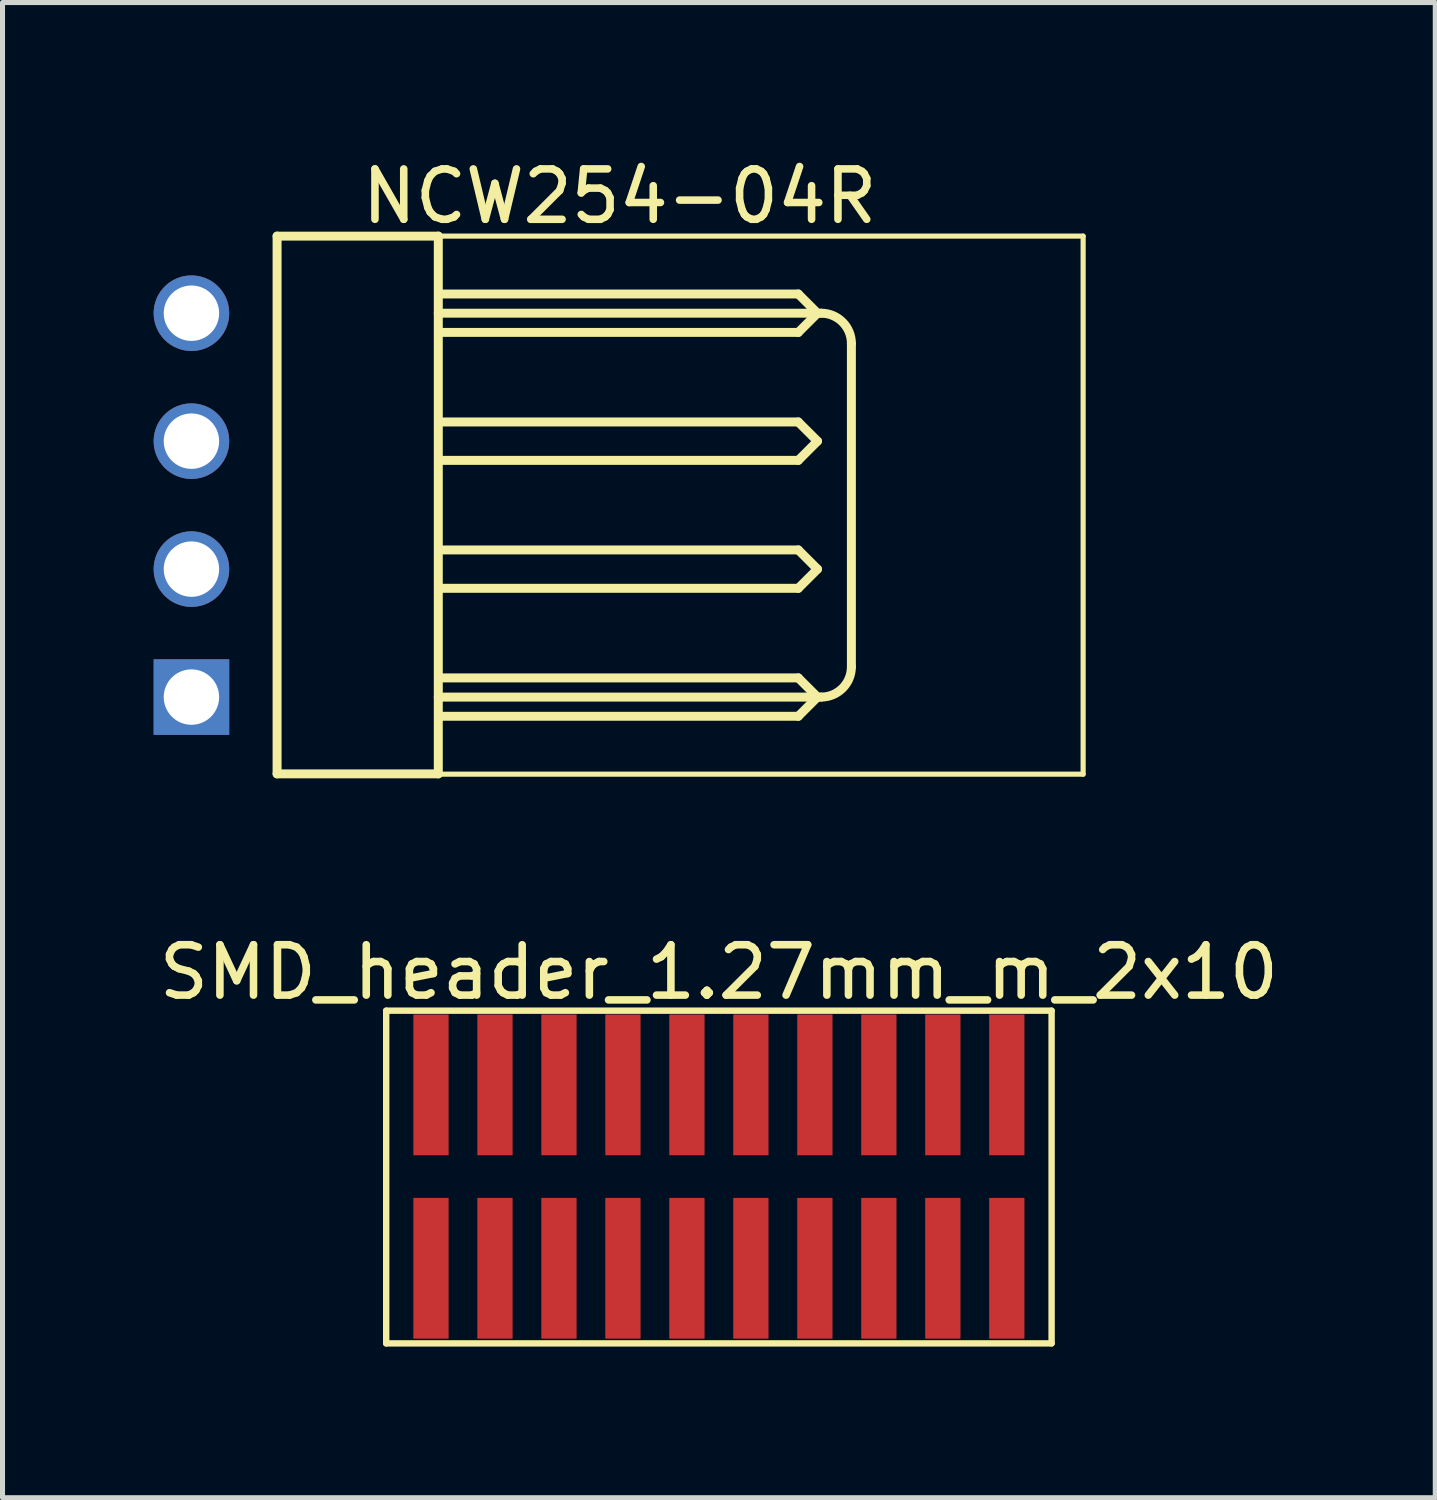
<source format=kicad_pcb>
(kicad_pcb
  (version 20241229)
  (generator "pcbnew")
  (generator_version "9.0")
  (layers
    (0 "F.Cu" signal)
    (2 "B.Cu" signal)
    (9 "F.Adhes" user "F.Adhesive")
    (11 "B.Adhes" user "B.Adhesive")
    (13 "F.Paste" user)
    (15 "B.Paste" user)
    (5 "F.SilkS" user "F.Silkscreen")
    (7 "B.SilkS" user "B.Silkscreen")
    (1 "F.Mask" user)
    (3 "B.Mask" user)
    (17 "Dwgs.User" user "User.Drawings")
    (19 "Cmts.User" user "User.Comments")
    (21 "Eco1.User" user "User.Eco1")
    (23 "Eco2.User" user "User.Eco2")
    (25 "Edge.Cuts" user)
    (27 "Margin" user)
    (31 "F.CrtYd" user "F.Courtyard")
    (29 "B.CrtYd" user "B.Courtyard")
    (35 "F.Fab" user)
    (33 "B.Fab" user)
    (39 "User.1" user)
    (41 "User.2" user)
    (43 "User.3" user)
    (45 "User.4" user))
  (footprint "NCW254-04R"
    (layer "F.Cu")
    (at 0.75 6.977)
    (property "Reference" "NCW254-04R" (at 8.5 -6.129 0) (layer "F.SilkS") (effects (font (size 1 1) (thickness 0.15))))
    (fp_line (start 1.7 -5.34) (end 4.9 -5.34) (stroke (width 0.178) (type solid)) (layer "F.SilkS"))
    (fp_line (start 1.7 5.334) (end 1.7 -5.34) (stroke (width 0.178) (type solid)) (layer "F.SilkS"))
    (fp_line (start 1.7 5.334) (end 4.9 5.334) (stroke (width 0.178) (type solid)) (layer "F.SilkS"))
    (fp_line (start 4.9 -5.34) (end 17.7 -5.34) (stroke (width 0.102) (type solid)) (layer "F.SilkS"))
    (fp_line (start 4.9 -3.81) (end 12.5 -3.81) (stroke (width 0.178) (type solid)) (layer "F.SilkS"))
    (fp_line (start 4.9 3.81) (end 12.5 3.81) (stroke (width 0.178) (type solid)) (layer "F.SilkS"))
    (fp_line (start 4.9 5.334) (end 4.9 -5.34) (stroke (width 0.178) (type solid)) (layer "F.SilkS"))
    (fp_line (start 4.9 5.34) (end 17.7 5.34) (stroke (width 0.102) (type solid)) (layer "F.SilkS"))
    (fp_line (start 4.934 -4.191) (end 12.046 -4.191) (stroke (width 0.178) (type solid)) (layer "F.SilkS"))
    (fp_line (start 4.934 -3.429) (end 12.046 -3.429) (stroke (width 0.178) (type solid)) (layer "F.SilkS"))
    (fp_line (start 4.934 -1.651) (end 12.046 -1.651) (stroke (width 0.178) (type solid)) (layer "F.SilkS"))
    (fp_line (start 4.934 -0.889) (end 12.046 -0.889) (stroke (width 0.178) (type solid)) (layer "F.SilkS"))
    (fp_line (start 4.934 0.889) (end 12.046 0.889) (stroke (width 0.178) (type solid)) (layer "F.SilkS"))
    (fp_line (start 4.934 1.651) (end 12.046 1.651) (stroke (width 0.178) (type solid)) (layer "F.SilkS"))
    (fp_line (start 4.934 3.429) (end 12.046 3.429) (stroke (width 0.178) (type solid)) (layer "F.SilkS"))
    (fp_line (start 4.934 4.191) (end 12.046 4.191) (stroke (width 0.178) (type solid)) (layer "F.SilkS"))
    (fp_line (start 12.046 -4.191) (end 12.427 -3.81) (stroke (width 0.178) (type solid)) (layer "F.SilkS"))
    (fp_line (start 12.046 -3.429) (end 12.427 -3.81) (stroke (width 0.178) (type solid)) (layer "F.SilkS"))
    (fp_line (start 12.046 -1.651) (end 12.427 -1.27) (stroke (width 0.178) (type solid)) (layer "F.SilkS"))
    (fp_line (start 12.046 -0.889) (end 12.427 -1.27) (stroke (width 0.178) (type solid)) (layer "F.SilkS"))
    (fp_line (start 12.046 0.889) (end 12.427 1.27) (stroke (width 0.178) (type solid)) (layer "F.SilkS"))
    (fp_line (start 12.046 1.651) (end 12.427 1.27) (stroke (width 0.178) (type solid)) (layer "F.SilkS"))
    (fp_line (start 12.046 3.429) (end 12.427 3.81) (stroke (width 0.178) (type solid)) (layer "F.SilkS"))
    (fp_line (start 12.046 4.191) (end 12.427 3.81) (stroke (width 0.178) (type solid)) (layer "F.SilkS"))
    (fp_line (start 13.1 3.21) (end 13.1 -3.21) (stroke (width 0.178) (type solid)) (layer "F.SilkS"))
    (fp_line (start 17.7 5.34) (end 17.7 -5.34) (stroke (width 0.102) (type solid)) (layer "F.SilkS"))
    (fp_arc (start 12.5 -3.81) (mid 12.924264 -3.634264) (end 13.1 -3.21) (stroke (width 0.178) (type solid)) (layer "F.SilkS"))
    (fp_arc (start 13.1 3.21) (mid 12.924264 3.634264) (end 12.5 3.81) (stroke (width 0.178) (type solid)) (layer "F.SilkS"))
    (pad "1" thru_hole rect (at 0 3.81 90) (size 1.5 1.5) (drill 1.1) (layers "*.Cu" "*.Mask"))
    (pad "2" thru_hole circle (at 0 1.27 90) (size 1.5 1.5) (drill 1.1) (layers "*.Cu" "*.Mask"))
    (pad "3" thru_hole circle (at 0 -1.27 90) (size 1.5 1.5) (drill 1.1) (layers "*.Cu" "*.Mask"))
    (pad "4" thru_hole circle (at 0 -3.81 90) (size 1.5 1.5) (drill 1.1) (layers "*.Cu" "*.Mask")))
  (footprint "SMD_header_1.27mm_m_2x10"
    (layer "F.Cu")
    (at 11.22 20.305)
    (property "Reference" "SMD_header_1.27mm_m_2x10" (at 0 -4.057 0) (layer "F.SilkS") (effects (font (size 1 1) (thickness 0.15))))
    (fp_line (start -6.604 -3.293) (end 6.604 -3.293) (stroke (width 0.127) (type solid)) (layer "F.SilkS"))
    (fp_line (start -6.604 3.311) (end -6.604 -3.293) (stroke (width 0.127) (type solid)) (layer "F.SilkS"))
    (fp_line (start -6.604 3.311) (end 6.604 3.311) (stroke (width 0.127) (type solid)) (layer "F.SilkS"))
    (fp_line (start 6.604 3.311) (end 6.604 -3.293) (stroke (width 0.127) (type solid)) (layer "F.SilkS"))
    (pad "1" smd rect (at 5.715 -1.82 180) (size 0.7 2.794) (layers "F.Cu" "F.Mask" "F.Paste"))
    (pad "2" smd rect (at 5.715 1.82 180) (size 0.7 2.794) (layers "F.Cu" "F.Mask" "F.Paste"))
    (pad "3" smd rect (at 4.445 -1.82 180) (size 0.7 2.794) (layers "F.Cu" "F.Mask" "F.Paste"))
    (pad "4" smd rect (at 4.445 1.82 180) (size 0.7 2.794) (layers "F.Cu" "F.Mask" "F.Paste"))
    (pad "5" smd rect (at 3.175 -1.82 180) (size 0.7 2.794) (layers "F.Cu" "F.Mask" "F.Paste"))
    (pad "6" smd rect (at 3.175 1.82 180) (size 0.7 2.794) (layers "F.Cu" "F.Mask" "F.Paste"))
    (pad "7" smd rect (at 1.905 -1.82 180) (size 0.7 2.794) (layers "F.Cu" "F.Mask" "F.Paste"))
    (pad "8" smd rect (at 1.905 1.82 180) (size 0.7 2.794) (layers "F.Cu" "F.Mask" "F.Paste"))
    (pad "9" smd rect (at 0.635 -1.82 180) (size 0.7 2.794) (layers "F.Cu" "F.Mask" "F.Paste"))
    (pad "10" smd rect (at 0.635 1.82 180) (size 0.7 2.794) (layers "F.Cu" "F.Mask" "F.Paste"))
    (pad "11" smd rect (at -0.635 -1.82 180) (size 0.7 2.794) (layers "F.Cu" "F.Mask" "F.Paste"))
    (pad "12" smd rect (at -0.635 1.82 180) (size 0.7 2.794) (layers "F.Cu" "F.Mask" "F.Paste"))
    (pad "13" smd rect (at -1.905 -1.82 180) (size 0.7 2.794) (layers "F.Cu" "F.Mask" "F.Paste"))
    (pad "14" smd rect (at -1.905 1.82 180) (size 0.7 2.794) (layers "F.Cu" "F.Mask" "F.Paste"))
    (pad "15" smd rect (at -3.175 -1.82 180) (size 0.7 2.794) (layers "F.Cu" "F.Mask" "F.Paste"))
    (pad "16" smd rect (at -3.175 1.82 180) (size 0.7 2.794) (layers "F.Cu" "F.Mask" "F.Paste"))
    (pad "17" smd rect (at -4.445 -1.82 180) (size 0.7 2.794) (layers "F.Cu" "F.Mask" "F.Paste"))
    (pad "18" smd rect (at -4.445 1.82 180) (size 0.7 2.794) (layers "F.Cu" "F.Mask" "F.Paste"))
    (pad "19" smd rect (at -5.715 -1.82 180) (size 0.7 2.794) (layers "F.Cu" "F.Mask" "F.Paste"))
    (pad "20" smd rect (at -5.715 1.82 180) (size 0.7 2.794) (layers "F.Cu" "F.Mask" "F.Paste")))
  (gr_rect
    (start -3 -3)
    (end 25.44 26.679)
    (stroke (width 0.1) (type default))
    (fill no)
    (layer "Edge.Cuts")))
</source>
